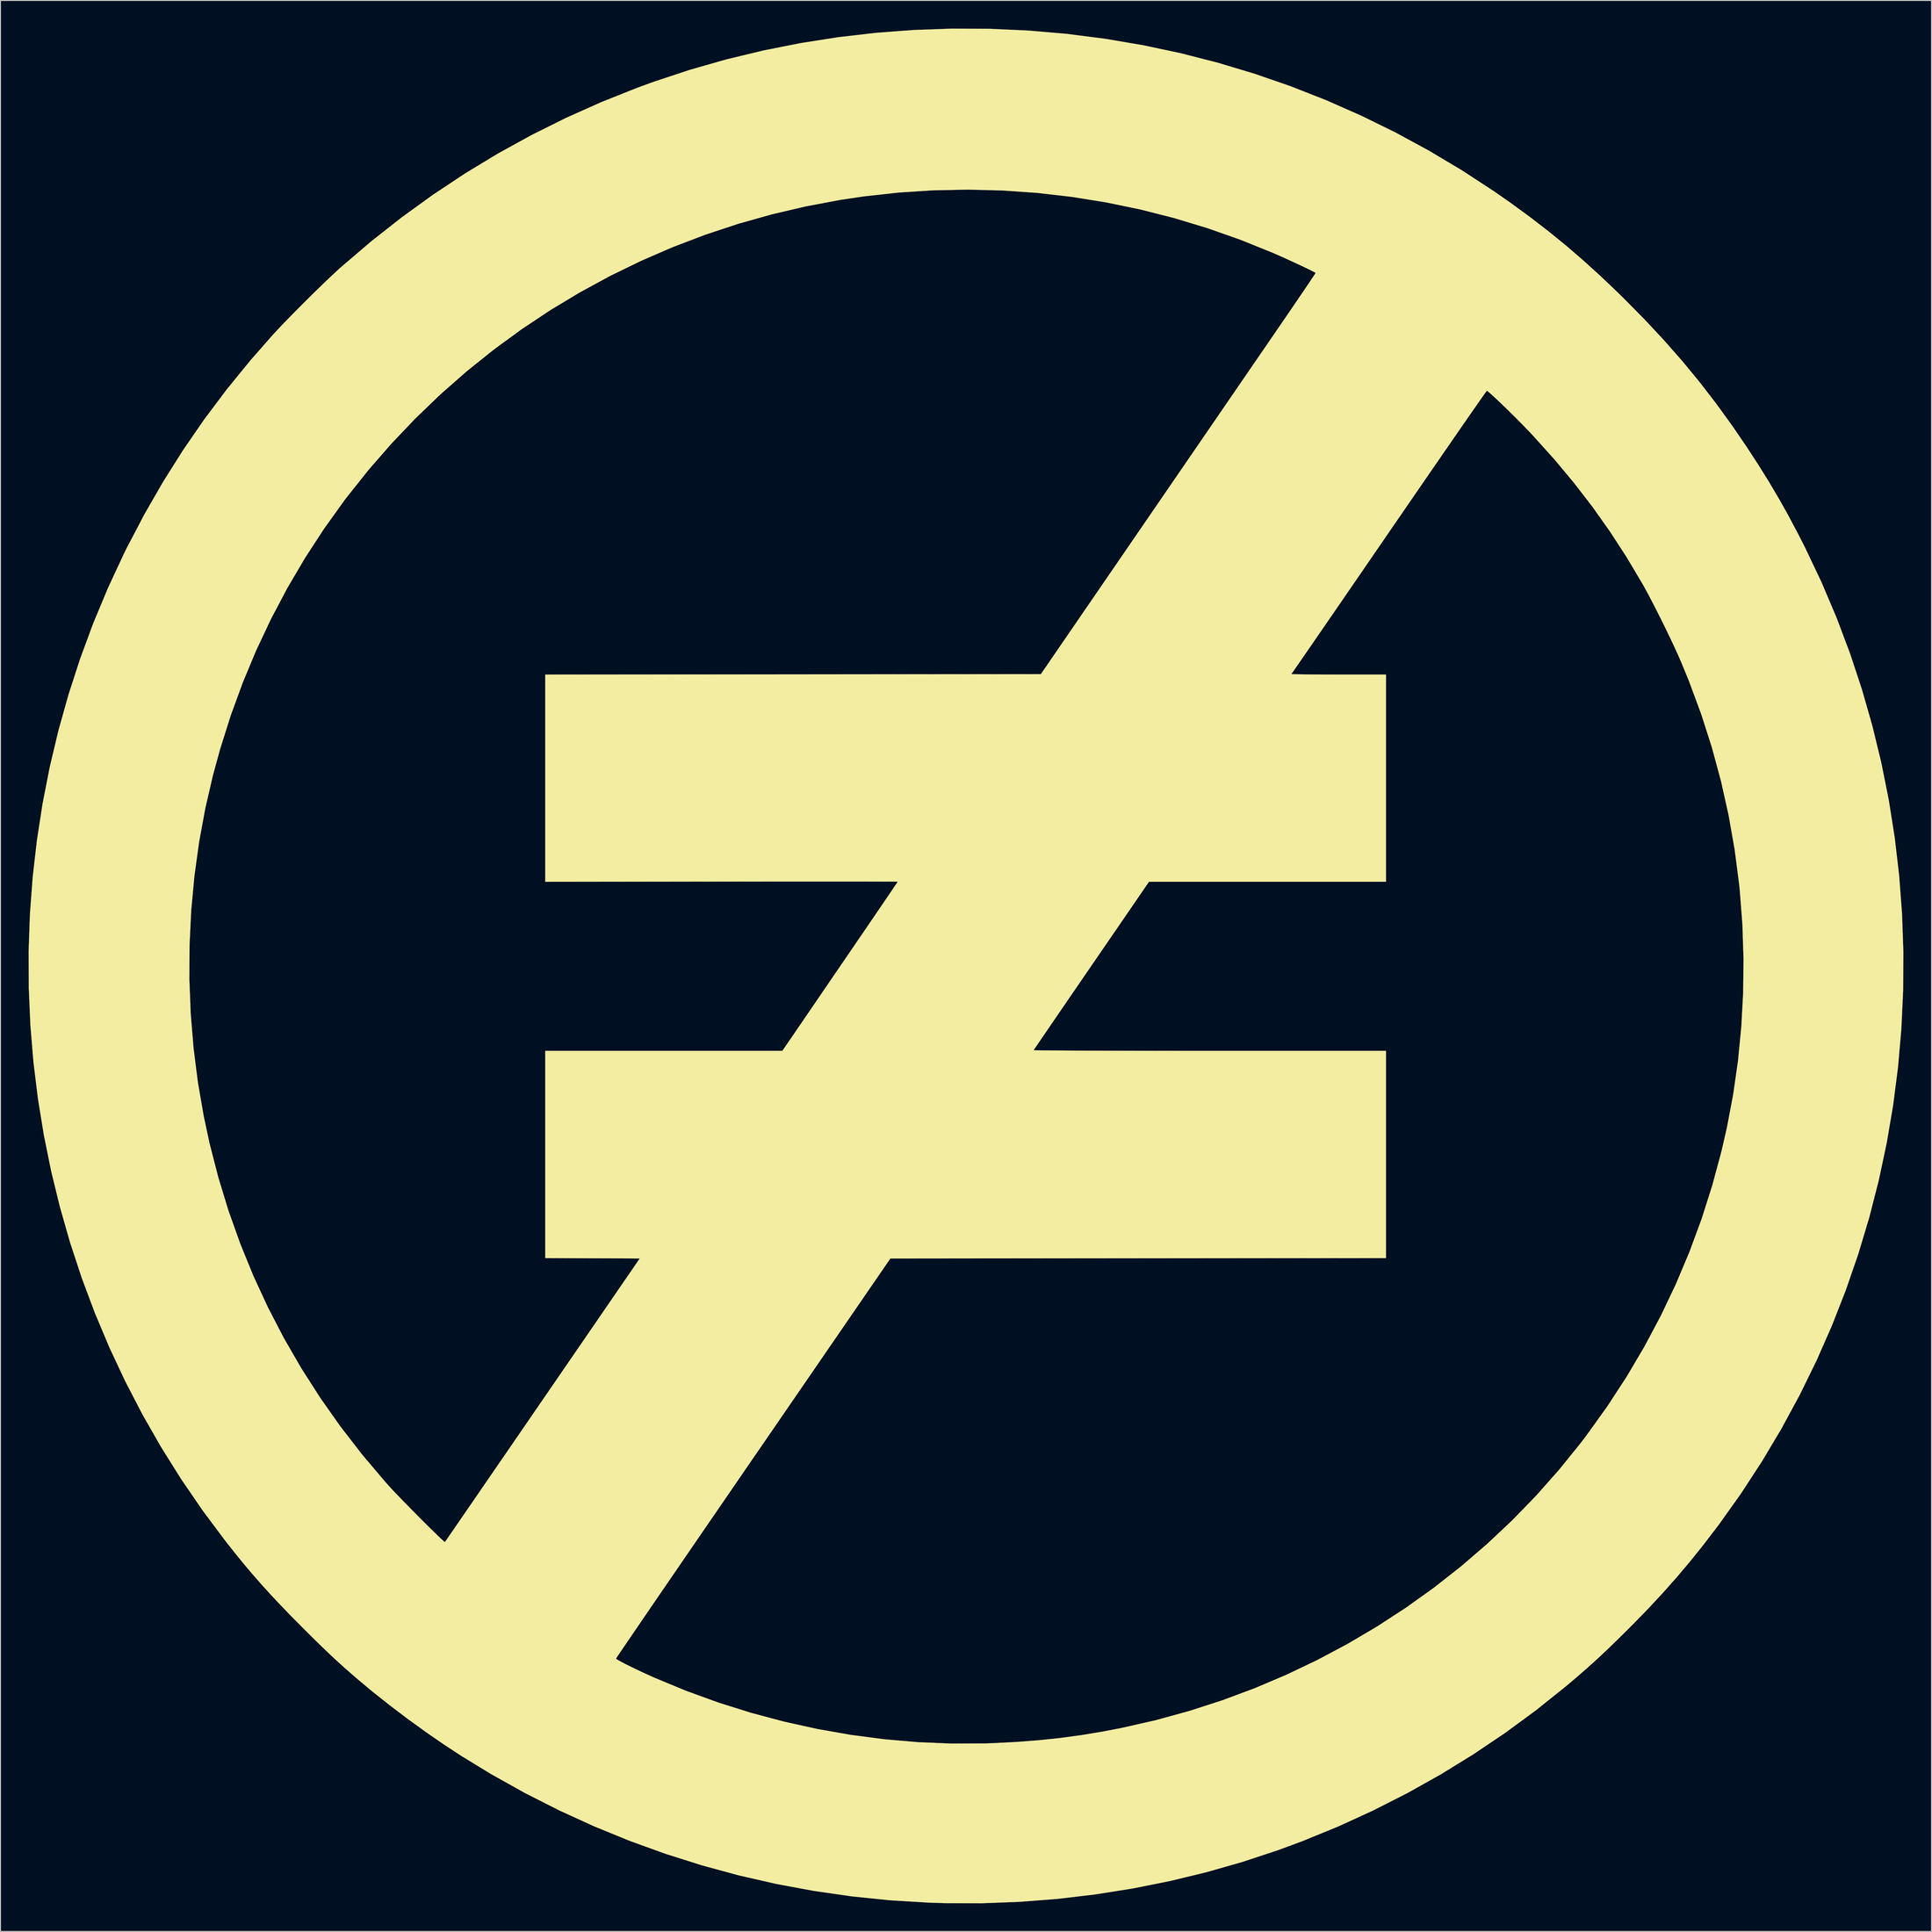
<source format=kicad_pcb>
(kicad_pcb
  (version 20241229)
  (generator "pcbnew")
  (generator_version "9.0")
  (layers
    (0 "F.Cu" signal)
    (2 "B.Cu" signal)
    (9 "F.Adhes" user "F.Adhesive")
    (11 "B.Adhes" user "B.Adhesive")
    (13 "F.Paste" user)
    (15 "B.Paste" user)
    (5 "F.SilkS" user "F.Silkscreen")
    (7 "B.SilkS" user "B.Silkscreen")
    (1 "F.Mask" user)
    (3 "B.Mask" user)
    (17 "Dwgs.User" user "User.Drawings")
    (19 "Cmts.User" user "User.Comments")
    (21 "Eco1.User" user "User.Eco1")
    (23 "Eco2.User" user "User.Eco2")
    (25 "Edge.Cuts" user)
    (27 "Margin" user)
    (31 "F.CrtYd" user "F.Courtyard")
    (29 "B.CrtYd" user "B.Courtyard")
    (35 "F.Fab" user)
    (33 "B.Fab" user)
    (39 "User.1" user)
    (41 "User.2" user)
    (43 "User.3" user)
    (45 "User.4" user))
  (footprint "unequal_20x20_F"
    (layer "F.Cu")
    (at 99.974 99.964)
    (property "Reference" "unequal_20x20_F" (at 0 0 0) (layer "F.SilkS") (effects (font (size 1.524 1.524) (thickness 0.3))))
    (attr through_hole)
    (fp_poly (pts (xy 2.576 -99.939) (xy 6.648 -99.754) (xy 10.711 -99.404) (xy 10.795 -99.395) (xy 14.873 -98.872) (xy 18.912 -98.184) (xy 22.909 -97.334) (xy 26.859 -96.322) (xy 30.759 -95.15) (xy 34.606 -93.82) (xy 38.395 -92.332) (xy 42.123 -90.688) (xy 45.786 -88.891) (xy 49.381 -86.94) (xy 52.904 -84.838) (xy 56.351 -82.585) (xy 58.073 -81.382) (xy 60.119 -79.888) (xy 62.062 -78.392) (xy 63.938 -76.868) (xy 65.777 -75.287) (xy 67.615 -73.622) (xy 69.482 -71.845) (xy 70.218 -71.123) (xy 72.418 -68.891) (xy 74.48 -66.68) (xy 76.426 -64.46) (xy 78.281 -62.205) (xy 80.068 -59.884) (xy 81.81 -57.471) (xy 83.27 -55.33) (xy 84.504 -53.436) (xy 85.642 -51.609) (xy 86.711 -49.8) (xy 87.74 -47.961) (xy 88.756 -46.044) (xy 89.48 -44.619) (xy 91.232 -40.927) (xy 92.826 -37.174) (xy 94.263 -33.366) (xy 95.541 -29.507) (xy 96.659 -25.602) (xy 97.617 -21.656) (xy 98.413 -17.674) (xy 99.047 -13.66) (xy 99.518 -9.619) (xy 99.824 -5.557) (xy 99.966 -1.478) (xy 99.942 2.614) (xy 99.751 6.712) (xy 99.395 10.795) (xy 98.873 14.865) (xy 98.186 18.898) (xy 97.336 22.89) (xy 96.325 26.836) (xy 95.156 30.733) (xy 93.828 34.575) (xy 92.346 38.36) (xy 90.709 42.081) (xy 88.92 45.736) (xy 86.981 49.319) (xy 84.893 52.827) (xy 82.658 56.255) (xy 80.278 59.599) (xy 78.554 61.852) (xy 77.182 63.556) (xy 75.792 65.202) (xy 74.357 66.822) (xy 72.848 68.445) (xy 71.237 70.105) (xy 70.218 71.123) (xy 69.28 72.044) (xy 68.428 72.868) (xy 67.632 73.62) (xy 66.864 74.326) (xy 66.096 75.013) (xy 65.298 75.708) (xy 64.44 76.437) (xy 63.966 76.835) (xy 60.777 79.387) (xy 57.485 81.805) (xy 54.097 84.086) (xy 50.617 86.228) (xy 47.05 88.227) (xy 43.4 90.08) (xy 39.675 91.785) (xy 35.877 93.339) (xy 33.274 94.302) (xy 29.482 95.556) (xy 25.624 96.657) (xy 21.711 97.603) (xy 17.753 98.393) (xy 13.76 99.026) (xy 9.743 99.5) (xy 5.711 99.813) (xy 1.674 99.964) (xy -2.356 99.951) (xy -3.979 99.899) (xy -8.087 99.649) (xy -12.168 99.232) (xy -16.22 98.65) (xy -20.237 97.904) (xy -24.217 96.995) (xy -28.154 95.924) (xy -32.045 94.694) (xy -35.885 93.304) (xy -39.671 91.757) (xy -43.398 90.053) (xy -47.063 88.194) (xy -50.661 86.182) (xy -53.806 84.261) (xy -55.697 83.022) (xy -57.636 81.682) (xy -59.581 80.274) (xy -61.487 78.829) (xy -63.312 77.378) (xy -64.77 76.163) (xy -65.467 75.564) (xy -66.115 74.997) (xy -66.734 74.443) (xy -67.346 73.883) (xy -67.35 73.878) (xy -37.334 73.878) (xy -37.261 73.943) (xy -37.054 74.068) (xy -36.731 74.243) (xy -36.311 74.459) (xy -35.815 74.706) (xy -35.261 74.975) (xy -34.669 75.256) (xy -34.058 75.539) (xy -33.448 75.815) (xy -33.161 75.942) (xy -29.809 77.329) (xy -26.393 78.568) (xy -22.923 79.658) (xy -19.411 80.595) (xy -15.865 81.379) (xy -12.298 82.007) (xy -8.718 82.477) (xy -5.137 82.788) (xy -1.564 82.937) (xy 1.99 82.922) (xy 2.921 82.89) (xy 5.399 82.763) (xy 7.758 82.582) (xy 10.042 82.341) (xy 12.294 82.036) (xy 14.558 81.661) (xy 16.595 81.27) (xy 20.221 80.447) (xy 23.794 79.465) (xy 27.311 78.329) (xy 30.765 77.042) (xy 34.151 75.606) (xy 37.465 74.025) (xy 40.702 72.303) (xy 43.856 70.441) (xy 46.923 68.444) (xy 49.897 66.315) (xy 52.773 64.057) (xy 55.547 61.672) (xy 58.213 59.165) (xy 60.766 56.538) (xy 63.201 53.794) (xy 65.514 50.937) (xy 66.166 50.08) (xy 68.379 46.996) (xy 70.441 43.835) (xy 72.351 40.601) (xy 74.109 37.295) (xy 75.713 33.92) (xy 77.162 30.479) (xy 78.455 26.973) (xy 79.59 23.404) (xy 80.568 19.777) (xy 81.144 17.272) (xy 81.814 13.738) (xy 82.328 10.152) (xy 82.684 6.528) (xy 82.882 2.878) (xy 82.921 -0.782) (xy 82.801 -4.441) (xy 82.52 -8.084) (xy 82.459 -8.678) (xy 81.978 -12.39) (xy 81.333 -16.061) (xy 80.523 -19.694) (xy 79.549 -23.291) (xy 78.409 -26.852) (xy 77.103 -30.379) (xy 76.262 -32.427) (xy 75.939 -33.165) (xy 75.549 -34.016) (xy 75.111 -34.947) (xy 74.638 -35.927) (xy 74.146 -36.925) (xy 73.652 -37.909) (xy 73.171 -38.846) (xy 72.718 -39.707) (xy 72.309 -40.459) (xy 72.135 -40.767) (xy 70.455 -43.59) (xy 68.693 -46.304) (xy 66.833 -48.932) (xy 64.858 -51.497) (xy 62.75 -54.023) (xy 60.492 -56.532) (xy 60.151 -56.896) (xy 59.733 -57.334) (xy 59.271 -57.809) (xy 58.78 -58.305) (xy 58.275 -58.807) (xy 57.771 -59.303) (xy 57.283 -59.776) (xy 56.827 -60.212) (xy 56.417 -60.598) (xy 56.068 -60.918) (xy 55.796 -61.158) (xy 55.615 -61.303) (xy 55.546 -61.341) (xy 55.491 -61.272) (xy 55.345 -61.07) (xy 55.111 -60.741) (xy 54.796 -60.292) (xy 54.402 -59.728) (xy 53.935 -59.057) (xy 53.399 -58.284) (xy 52.798 -57.417) (xy 52.136 -56.46) (xy 51.419 -55.422) (xy 50.65 -54.308) (xy 49.834 -53.125) (xy 48.976 -51.878) (xy 48.079 -50.575) (xy 47.148 -49.222) (xy 46.188 -47.825) (xy 45.208 -46.397) (xy 44.222 -44.961) (xy 43.261 -43.562) (xy 42.329 -42.205) (xy 41.431 -40.897) (xy 40.57 -39.645) (xy 39.753 -38.455) (xy 38.982 -37.334) (xy 38.262 -36.288) (xy 37.598 -35.324) (xy 36.995 -34.447) (xy 36.456 -33.665) (xy 35.986 -32.984) (xy 35.59 -32.411) (xy 35.273 -31.951) (xy 35.037 -31.612) (xy 34.889 -31.399) (xy 34.832 -31.32) (xy 34.735 -31.187) (xy 34.713 -31.13) (xy 34.796 -31.119) (xy 35.032 -31.11) (xy 35.409 -31.101) (xy 35.911 -31.093) (xy 36.524 -31.086) (xy 37.232 -31.08) (xy 38.022 -31.076) (xy 38.878 -31.074) (xy 39.751 -31.073) (xy 44.789 -31.073) (xy 44.789 -8.975) (xy 19.513 -8.975) (xy 13.376 -0.03) (xy 12.617 1.077) (xy 11.884 2.146) (xy 11.184 3.167) (xy 10.522 4.134) (xy 9.903 5.038) (xy 9.334 5.87) (xy 8.82 6.621) (xy 8.367 7.285) (xy 7.98 7.852) (xy 7.665 8.313) (xy 7.429 8.662) (xy 7.276 8.888) (xy 7.212 8.985) (xy 7.211 8.987) (xy 7.291 8.994) (xy 7.534 9.001) (xy 7.931 9.007) (xy 8.474 9.013) (xy 9.156 9.019) (xy 9.969 9.025) (xy 10.907 9.03) (xy 11.96 9.035) (xy 13.122 9.04) (xy 14.385 9.044) (xy 15.742 9.048) (xy 17.184 9.051) (xy 18.705 9.054) (xy 20.296 9.056) (xy 21.95 9.058) (xy 23.66 9.059) (xy 25.418 9.059) (xy 25.986 9.059) (xy 44.789 9.059) (xy 44.789 31.157) (xy -8.067 31.2) (xy -22.698 52.493) (xy -23.877 54.209) (xy -25.03 55.889) (xy -26.155 57.527) (xy -27.248 59.119) (xy -28.305 60.659) (xy -29.321 62.142) (xy -30.295 63.562) (xy -31.221 64.914) (xy -32.097 66.192) (xy -32.919 67.392) (xy -33.682 68.507) (xy -34.383 69.533) (xy -35.019 70.464) (xy -35.586 71.295) (xy -36.08 72.02) (xy -36.498 72.633) (xy -36.835 73.131) (xy -37.089 73.506) (xy -37.255 73.755) (xy -37.33 73.87) (xy -37.334 73.878) (xy -67.35 73.878) (xy -67.972 73.295) (xy -68.634 72.66) (xy -69.353 71.957) (xy -70.152 71.167) (xy -70.828 70.492) (xy -72.059 69.248) (xy -73.182 68.085) (xy -74.221 66.976) (xy -75.201 65.895) (xy -76.144 64.815) (xy -77.075 63.709) (xy -78.016 62.55) (xy -78.993 61.313) (xy -79.021 61.277) (xy -81.449 58.023) (xy -83.73 54.688) (xy -85.864 51.279) (xy -87.85 47.8) (xy -89.687 44.255) (xy -91.375 40.651) (xy -92.913 36.991) (xy -94.302 33.281) (xy -95.54 29.525) (xy -96.627 25.729) (xy -97.563 21.897) (xy -98.346 18.035) (xy -98.978 14.147) (xy -99.456 10.238) (xy -99.781 6.313) (xy -99.952 2.377) (xy -99.956 1.432) (xy -82.829 1.432) (xy -82.686 5.112) (xy -82.382 8.783) (xy -81.918 12.434) (xy -81.292 16.056) (xy -80.677 18.923) (xy -79.743 22.553) (xy -78.653 26.119) (xy -77.407 29.617) (xy -76.007 33.048) (xy -74.454 36.408) (xy -72.748 39.697) (xy -70.89 42.911) (xy -68.882 46.05) (xy -66.724 49.112) (xy -64.418 52.095) (xy -61.963 54.997) (xy -61.549 55.462) (xy -61.266 55.771) (xy -60.909 56.151) (xy -60.49 56.589) (xy -60.023 57.072) (xy -59.522 57.585) (xy -59 58.115) (xy -58.471 58.649) (xy -57.948 59.174) (xy -57.444 59.675) (xy -56.974 60.14) (xy -56.549 60.555) (xy -56.185 60.906) (xy -55.894 61.18) (xy -55.689 61.364) (xy -55.585 61.444) (xy -55.575 61.445) (xy -55.525 61.373) (xy -55.383 61.168) (xy -55.153 60.836) (xy -54.842 60.383) (xy -54.451 59.816) (xy -53.987 59.141) (xy -53.454 58.365) (xy -52.855 57.494) (xy -52.195 56.535) (xy -51.479 55.493) (xy -50.711 54.375) (xy -49.896 53.188) (xy -49.037 51.938) (xy -48.139 50.631) (xy -47.206 49.273) (xy -46.244 47.872) (xy -45.256 46.432) (xy -45.168 46.305) (xy -34.796 31.2) (xy -44.873 31.156) (xy -44.873 9.059) (xy -19.59 9.059) (xy -18.993 8.191) (xy -18.82 7.939) (xy -18.564 7.565) (xy -18.238 7.089) (xy -17.857 6.531) (xy -17.432 5.909) (xy -16.976 5.242) (xy -16.503 4.55) (xy -16.172 4.064) (xy -15.717 3.398) (xy -15.183 2.615) (xy -14.586 1.741) (xy -13.942 0.797) (xy -13.267 -0.191) (xy -12.578 -1.199) (xy -11.892 -2.205) (xy -11.223 -3.185) (xy -10.614 -4.076) (xy -10.059 -4.889) (xy -9.533 -5.661) (xy -9.044 -6.379) (xy -8.599 -7.034) (xy -8.205 -7.613) (xy -7.872 -8.105) (xy -7.605 -8.5) (xy -7.414 -8.785) (xy -7.304 -8.95) (xy -7.281 -8.987) (xy -7.365 -8.99) (xy -7.61 -8.992) (xy -8.009 -8.994) (xy -8.555 -8.996) (xy -9.24 -8.998) (xy -10.055 -8.999) (xy -10.995 -9.001) (xy -12.051 -9.001) (xy -13.215 -9.002) (xy -14.48 -9.002) (xy -15.838 -9.002) (xy -17.282 -9.002) (xy -18.804 -9.001) (xy -20.397 -9.001) (xy -22.052 -8.999) (xy -23.762 -8.998) (xy -25.521 -8.996) (xy -26.077 -8.995) (xy -44.873 -8.974) (xy -44.873 -31.072) (xy -18.445 -31.094) (xy 7.982 -31.115) (xy 18.175 -45.974) (xy 19.23 -47.511) (xy 20.3 -49.071) (xy 21.378 -50.643) (xy 22.457 -52.216) (xy 23.529 -53.779) (xy 24.588 -55.322) (xy 25.625 -56.834) (xy 26.633 -58.304) (xy 27.606 -59.722) (xy 28.535 -61.076) (xy 29.413 -62.356) (xy 30.233 -63.552) (xy 30.987 -64.652) (xy 31.669 -65.645) (xy 32.27 -66.522) (xy 32.783 -67.27) (xy 32.832 -67.341) (xy 33.477 -68.282) (xy 34.094 -69.183) (xy 34.676 -70.035) (xy 35.216 -70.828) (xy 35.709 -71.552) (xy 36.147 -72.197) (xy 36.523 -72.753) (xy 36.831 -73.211) (xy 37.065 -73.561) (xy 37.218 -73.793) (xy 37.282 -73.897) (xy 37.284 -73.902) (xy 37.205 -73.958) (xy 36.993 -74.072) (xy 36.666 -74.236) (xy 36.247 -74.44) (xy 35.756 -74.674) (xy 35.213 -74.928) (xy 34.64 -75.193) (xy 34.055 -75.459) (xy 33.482 -75.717) (xy 32.939 -75.956) (xy 32.681 -76.067) (xy 29.216 -77.463) (xy 25.702 -78.698) (xy 22.145 -79.772) (xy 18.55 -80.684) (xy 14.923 -81.433) (xy 11.27 -82.02) (xy 7.595 -82.442) (xy 3.906 -82.7) (xy 0.206 -82.792) (xy -3.497 -82.719) (xy -7.198 -82.478) (xy -10.893 -82.071) (xy -13.4 -81.697) (xy -17.086 -81.005) (xy -20.72 -80.153) (xy -24.298 -79.144) (xy -27.815 -77.98) (xy -31.267 -76.665) (xy -34.649 -75.199) (xy -37.959 -73.587) (xy -41.19 -71.831) (xy -44.339 -69.934) (xy -47.401 -67.897) (xy -50.373 -65.724) (xy -53.249 -63.418) (xy -56.026 -60.98) (xy -58.699 -58.414) (xy -61.263 -55.722) (xy -63.715 -52.907) (xy -66.051 -49.972) (xy -66.289 -49.657) (xy -68.465 -46.625) (xy -70.495 -43.508) (xy -72.377 -40.308) (xy -74.111 -37.027) (xy -75.697 -33.667) (xy -77.132 -30.228) (xy -78.417 -26.714) (xy -79.551 -23.124) (xy -80.313 -20.34) (xy -81.133 -16.795) (xy -81.793 -13.203) (xy -82.293 -9.576) (xy -82.632 -5.921) (xy -82.811 -2.249) (xy -82.829 1.432) (xy -99.956 1.432) (xy -99.969 -1.565) (xy -99.831 -5.508) (xy -99.537 -9.447) (xy -99.088 -13.378) (xy -98.483 -17.295) (xy -97.72 -21.193) (xy -96.801 -25.068) (xy -95.723 -28.915) (xy -94.487 -32.728) (xy -93.093 -36.503) (xy -91.539 -40.235) (xy -89.826 -43.92) (xy -89.48 -44.619) (xy -87.609 -48.187) (xy -85.62 -51.643) (xy -83.505 -54.998) (xy -81.257 -58.262) (xy -78.867 -61.447) (xy -76.33 -64.562) (xy -73.958 -67.268) (xy -73.444 -67.824) (xy -72.833 -68.466) (xy -72.147 -69.175) (xy -71.408 -69.927) (xy -70.636 -70.702) (xy -69.854 -71.478) (xy -69.083 -72.234) (xy -68.345 -72.947) (xy -67.662 -73.597) (xy -67.055 -74.162) (xy -66.633 -74.544) (xy -63.444 -77.264) (xy -60.178 -79.834) (xy -56.832 -82.254) (xy -53.408 -84.524) (xy -49.905 -86.645) (xy -46.322 -88.617) (xy -42.658 -90.44) (xy -38.914 -92.114) (xy -35.088 -93.64) (xy -33.274 -94.302) (xy -29.448 -95.567) (xy -25.566 -96.674) (xy -21.635 -97.623) (xy -17.662 -98.413) (xy -13.655 -99.042) (xy -9.62 -99.51) (xy -5.565 -99.816) (xy -1.497 -99.959) (xy 2.576 -99.939)) (stroke (width 0.01) (type solid)) (fill yes) (layer "F.SilkS")))
  (gr_rect
    (start -3 -3)
    (end 202.945 202.933)
    (stroke (width 0.1) (type default))
    (fill no)
    (layer "Edge.Cuts")))
</source>
